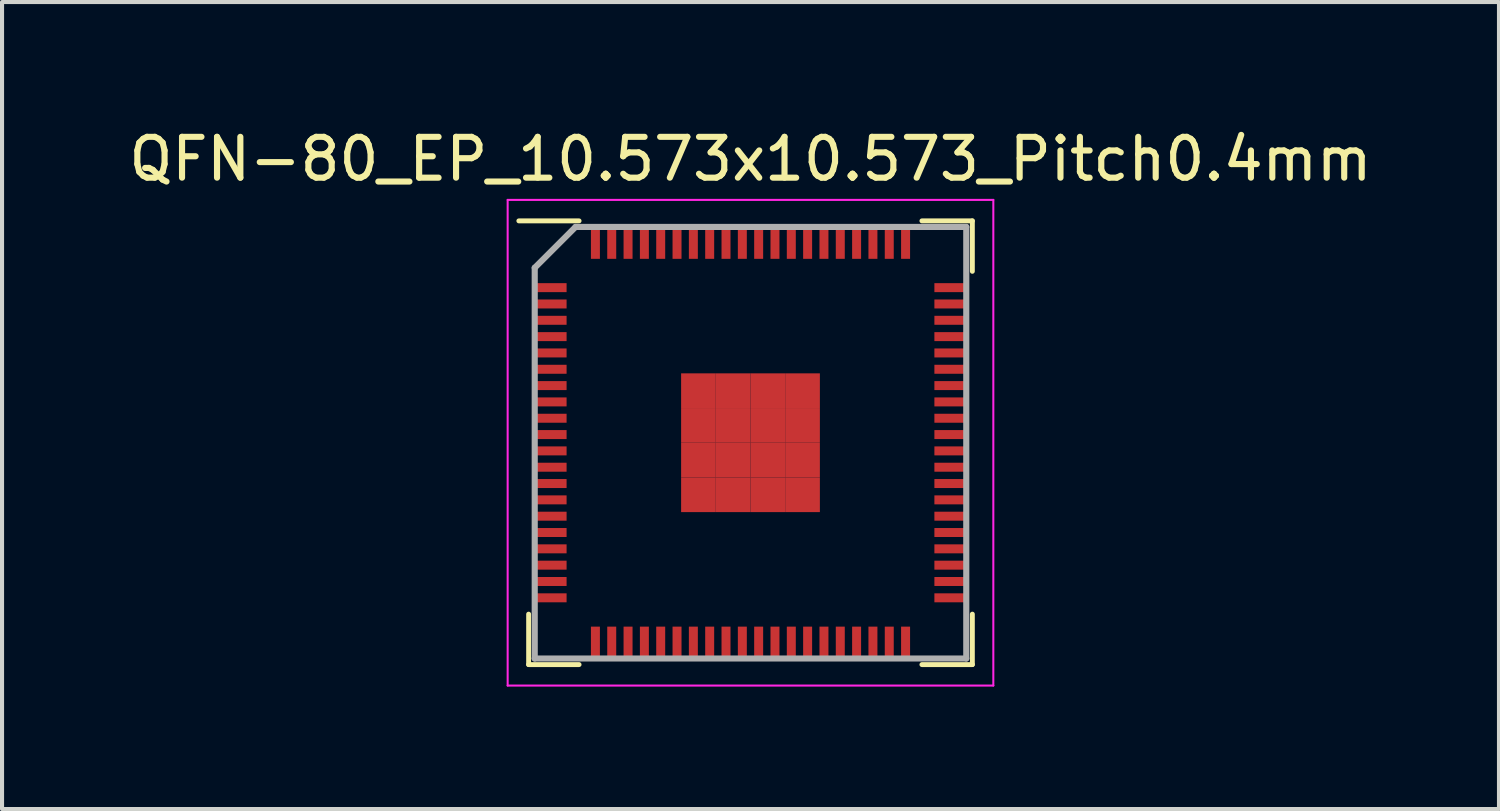
<source format=kicad_pcb>
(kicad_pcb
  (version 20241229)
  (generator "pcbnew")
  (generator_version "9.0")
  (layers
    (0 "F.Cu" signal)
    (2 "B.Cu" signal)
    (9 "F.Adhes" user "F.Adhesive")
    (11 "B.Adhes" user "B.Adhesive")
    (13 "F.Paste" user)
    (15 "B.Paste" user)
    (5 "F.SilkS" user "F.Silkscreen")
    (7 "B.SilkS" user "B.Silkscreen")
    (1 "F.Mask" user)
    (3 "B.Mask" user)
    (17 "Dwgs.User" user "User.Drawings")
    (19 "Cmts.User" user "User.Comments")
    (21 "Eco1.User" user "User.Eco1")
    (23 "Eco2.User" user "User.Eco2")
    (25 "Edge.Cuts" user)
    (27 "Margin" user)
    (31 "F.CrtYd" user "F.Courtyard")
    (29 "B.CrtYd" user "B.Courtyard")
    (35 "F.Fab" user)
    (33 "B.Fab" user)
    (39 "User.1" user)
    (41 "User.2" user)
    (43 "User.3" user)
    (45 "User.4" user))
  (footprint "QFN-80_EP_10.573x10.573_Pitch0.4mm"
    (layer "F.Cu")
    (at 15.339 7.798)
    (property "Reference" "QFN-80_EP_10.573x10.573_Pitch0.4mm" (at 0 -6.95 0) (layer "F.SilkS") (effects (font (size 1 1) (thickness 0.15))))
    (attr smd)
    (fp_line (start -5.436 5.436) (end -5.436 4.2) (stroke (width 0.12) (type default)) (layer "F.SilkS"))
    (fp_line (start -4.2 -5.436) (end -5.676 -5.436) (stroke (width 0.12) (type default)) (layer "F.SilkS"))
    (fp_line (start -4.2 5.436) (end -5.436 5.436) (stroke (width 0.12) (type default)) (layer "F.SilkS"))
    (fp_line (start 4.2 -5.436) (end 5.436 -5.436) (stroke (width 0.12) (type default)) (layer "F.SilkS"))
    (fp_line (start 4.2 5.436) (end 5.436 5.436) (stroke (width 0.12) (type default)) (layer "F.SilkS"))
    (fp_line (start 5.436 -5.436) (end 5.436 -4.2) (stroke (width 0.12) (type default)) (layer "F.SilkS"))
    (fp_line (start 5.436 5.436) (end 5.436 4.2) (stroke (width 0.12) (type default)) (layer "F.SilkS"))
    (fp_line (start -5.95 -5.95) (end 5.95 -5.95) (stroke (width 0.05) (type default)) (layer "F.CrtYd"))
    (fp_line (start -5.95 5.95) (end -5.95 -5.95) (stroke (width 0.05) (type default)) (layer "F.CrtYd"))
    (fp_line (start 5.95 -5.95) (end 5.95 5.95) (stroke (width 0.05) (type default)) (layer "F.CrtYd"))
    (fp_line (start 5.95 5.95) (end -5.95 5.95) (stroke (width 0.05) (type default)) (layer "F.CrtYd"))
    (fp_line (start -5.287 -4.287) (end -5.287 5.287) (stroke (width 0.15) (type default)) (layer "F.Fab"))
    (fp_line (start -5.287 5.287) (end 5.287 5.287) (stroke (width 0.15) (type default)) (layer "F.Fab"))
    (fp_line (start -4.287 -5.287) (end -5.287 -4.287) (stroke (width 0.15) (type default)) (layer "F.Fab"))
    (fp_line (start 5.287 -5.287) (end -4.287 -5.287) (stroke (width 0.15) (type default)) (layer "F.Fab"))
    (fp_line (start 5.287 5.287) (end 5.287 -5.287) (stroke (width 0.15) (type default)) (layer "F.Fab"))
    (pad "1" smd rect (at -4.896 -3.8 90) (size 0.22 0.78) (layers "F.Cu" "F.Mask" "F.Paste"))
    (pad "2" smd rect (at -4.896 -3.4 90) (size 0.22 0.78) (layers "F.Cu" "F.Mask" "F.Paste"))
    (pad "3" smd rect (at -4.896 -3 90) (size 0.22 0.78) (layers "F.Cu" "F.Mask" "F.Paste"))
    (pad "4" smd rect (at -4.896 -2.6 90) (size 0.22 0.78) (layers "F.Cu" "F.Mask" "F.Paste"))
    (pad "5" smd rect (at -4.896 -2.2 90) (size 0.22 0.78) (layers "F.Cu" "F.Mask" "F.Paste"))
    (pad "6" smd rect (at -4.896 -1.8 90) (size 0.22 0.78) (layers "F.Cu" "F.Mask" "F.Paste"))
    (pad "7" smd rect (at -4.896 -1.4 90) (size 0.22 0.78) (layers "F.Cu" "F.Mask" "F.Paste"))
    (pad "8" smd rect (at -4.896 -1 90) (size 0.22 0.78) (layers "F.Cu" "F.Mask" "F.Paste"))
    (pad "9" smd rect (at -4.896 -0.6 90) (size 0.22 0.78) (layers "F.Cu" "F.Mask" "F.Paste"))
    (pad "10" smd rect (at -4.896 -0.2 90) (size 0.22 0.78) (layers "F.Cu" "F.Mask" "F.Paste"))
    (pad "11" smd rect (at -4.896 0.2 90) (size 0.22 0.78) (layers "F.Cu" "F.Mask" "F.Paste"))
    (pad "12" smd rect (at -4.896 0.6 90) (size 0.22 0.78) (layers "F.Cu" "F.Mask" "F.Paste"))
    (pad "13" smd rect (at -4.896 1 90) (size 0.22 0.78) (layers "F.Cu" "F.Mask" "F.Paste"))
    (pad "14" smd rect (at -4.896 1.4 90) (size 0.22 0.78) (layers "F.Cu" "F.Mask" "F.Paste"))
    (pad "15" smd rect (at -4.896 1.8 90) (size 0.22 0.78) (layers "F.Cu" "F.Mask" "F.Paste"))
    (pad "16" smd rect (at -4.896 2.2 90) (size 0.22 0.78) (layers "F.Cu" "F.Mask" "F.Paste"))
    (pad "17" smd rect (at -4.896 2.6 90) (size 0.22 0.78) (layers "F.Cu" "F.Mask" "F.Paste"))
    (pad "18" smd rect (at -4.896 3 90) (size 0.22 0.78) (layers "F.Cu" "F.Mask" "F.Paste"))
    (pad "19" smd rect (at -4.896 3.4 90) (size 0.22 0.78) (layers "F.Cu" "F.Mask" "F.Paste"))
    (pad "20" smd rect (at -4.896 3.8 90) (size 0.22 0.78) (layers "F.Cu" "F.Mask" "F.Paste"))
    (pad "21" smd rect (at -3.8 4.896) (size 0.22 0.78) (layers "F.Cu" "F.Mask" "F.Paste"))
    (pad "22" smd rect (at -3.4 4.896) (size 0.22 0.78) (layers "F.Cu" "F.Mask" "F.Paste"))
    (pad "23" smd rect (at -3 4.896) (size 0.22 0.78) (layers "F.Cu" "F.Mask" "F.Paste"))
    (pad "24" smd rect (at -2.6 4.896) (size 0.22 0.78) (layers "F.Cu" "F.Mask" "F.Paste"))
    (pad "25" smd rect (at -2.2 4.896) (size 0.22 0.78) (layers "F.Cu" "F.Mask" "F.Paste"))
    (pad "26" smd rect (at -1.8 4.896) (size 0.22 0.78) (layers "F.Cu" "F.Mask" "F.Paste"))
    (pad "27" smd rect (at -1.4 4.896) (size 0.22 0.78) (layers "F.Cu" "F.Mask" "F.Paste"))
    (pad "28" smd rect (at -1 4.896) (size 0.22 0.78) (layers "F.Cu" "F.Mask" "F.Paste"))
    (pad "29" smd rect (at -0.6 4.896) (size 0.22 0.78) (layers "F.Cu" "F.Mask" "F.Paste"))
    (pad "30" smd rect (at -0.2 4.896) (size 0.22 0.78) (layers "F.Cu" "F.Mask" "F.Paste"))
    (pad "31" smd rect (at 0.2 4.896) (size 0.22 0.78) (layers "F.Cu" "F.Mask" "F.Paste"))
    (pad "32" smd rect (at 0.6 4.896) (size 0.22 0.78) (layers "F.Cu" "F.Mask" "F.Paste"))
    (pad "33" smd rect (at 1 4.896) (size 0.22 0.78) (layers "F.Cu" "F.Mask" "F.Paste"))
    (pad "34" smd rect (at 1.4 4.896) (size 0.22 0.78) (layers "F.Cu" "F.Mask" "F.Paste"))
    (pad "35" smd rect (at 1.8 4.896) (size 0.22 0.78) (layers "F.Cu" "F.Mask" "F.Paste"))
    (pad "36" smd rect (at 2.2 4.896) (size 0.22 0.78) (layers "F.Cu" "F.Mask" "F.Paste"))
    (pad "37" smd rect (at 2.6 4.896) (size 0.22 0.78) (layers "F.Cu" "F.Mask" "F.Paste"))
    (pad "38" smd rect (at 3 4.896) (size 0.22 0.78) (layers "F.Cu" "F.Mask" "F.Paste"))
    (pad "39" smd rect (at 3.4 4.896) (size 0.22 0.78) (layers "F.Cu" "F.Mask" "F.Paste"))
    (pad "40" smd rect (at 3.8 4.896) (size 0.22 0.78) (layers "F.Cu" "F.Mask" "F.Paste"))
    (pad "41" smd rect (at 4.896 3.8 90) (size 0.22 0.78) (layers "F.Cu" "F.Mask" "F.Paste"))
    (pad "42" smd rect (at 4.896 3.4 90) (size 0.22 0.78) (layers "F.Cu" "F.Mask" "F.Paste"))
    (pad "43" smd rect (at 4.896 3 90) (size 0.22 0.78) (layers "F.Cu" "F.Mask" "F.Paste"))
    (pad "44" smd rect (at 4.896 2.6 90) (size 0.22 0.78) (layers "F.Cu" "F.Mask" "F.Paste"))
    (pad "45" smd rect (at 4.896 2.2 90) (size 0.22 0.78) (layers "F.Cu" "F.Mask" "F.Paste"))
    (pad "46" smd rect (at 4.896 1.8 90) (size 0.22 0.78) (layers "F.Cu" "F.Mask" "F.Paste"))
    (pad "47" smd rect (at 4.896 1.4 90) (size 0.22 0.78) (layers "F.Cu" "F.Mask" "F.Paste"))
    (pad "48" smd rect (at 4.896 1 90) (size 0.22 0.78) (layers "F.Cu" "F.Mask" "F.Paste"))
    (pad "49" smd rect (at 4.896 0.6 90) (size 0.22 0.78) (layers "F.Cu" "F.Mask" "F.Paste"))
    (pad "50" smd rect (at 4.896 0.2 90) (size 0.22 0.78) (layers "F.Cu" "F.Mask" "F.Paste"))
    (pad "51" smd rect (at 4.896 -0.2 90) (size 0.22 0.78) (layers "F.Cu" "F.Mask" "F.Paste"))
    (pad "52" smd rect (at 4.896 -0.6 90) (size 0.22 0.78) (layers "F.Cu" "F.Mask" "F.Paste"))
    (pad "53" smd rect (at 4.896 -1 90) (size 0.22 0.78) (layers "F.Cu" "F.Mask" "F.Paste"))
    (pad "54" smd rect (at 4.896 -1.4 90) (size 0.22 0.78) (layers "F.Cu" "F.Mask" "F.Paste"))
    (pad "55" smd rect (at 4.896 -1.8 90) (size 0.22 0.78) (layers "F.Cu" "F.Mask" "F.Paste"))
    (pad "56" smd rect (at 4.896 -2.2 90) (size 0.22 0.78) (layers "F.Cu" "F.Mask" "F.Paste"))
    (pad "57" smd rect (at 4.896 -2.6 90) (size 0.22 0.78) (layers "F.Cu" "F.Mask" "F.Paste"))
    (pad "58" smd rect (at 4.896 -3 90) (size 0.22 0.78) (layers "F.Cu" "F.Mask" "F.Paste"))
    (pad "59" smd rect (at 4.896 -3.4 90) (size 0.22 0.78) (layers "F.Cu" "F.Mask" "F.Paste"))
    (pad "60" smd rect (at 4.896 -3.8 90) (size 0.22 0.78) (layers "F.Cu" "F.Mask" "F.Paste"))
    (pad "61" smd rect (at 3.8 -4.896) (size 0.22 0.78) (layers "F.Cu" "F.Mask" "F.Paste"))
    (pad "62" smd rect (at 3.4 -4.896) (size 0.22 0.78) (layers "F.Cu" "F.Mask" "F.Paste"))
    (pad "63" smd rect (at 3 -4.896) (size 0.22 0.78) (layers "F.Cu" "F.Mask" "F.Paste"))
    (pad "64" smd rect (at 2.6 -4.896) (size 0.22 0.78) (layers "F.Cu" "F.Mask" "F.Paste"))
    (pad "65" smd rect (at 2.2 -4.896) (size 0.22 0.78) (layers "F.Cu" "F.Mask" "F.Paste"))
    (pad "66" smd rect (at 1.8 -4.896) (size 0.22 0.78) (layers "F.Cu" "F.Mask" "F.Paste"))
    (pad "67" smd rect (at 1.4 -4.896) (size 0.22 0.78) (layers "F.Cu" "F.Mask" "F.Paste"))
    (pad "68" smd rect (at 1 -4.896) (size 0.22 0.78) (layers "F.Cu" "F.Mask" "F.Paste"))
    (pad "69" smd rect (at 0.6 -4.896) (size 0.22 0.78) (layers "F.Cu" "F.Mask" "F.Paste"))
    (pad "70" smd rect (at 0.2 -4.896) (size 0.22 0.78) (layers "F.Cu" "F.Mask" "F.Paste"))
    (pad "71" smd rect (at -0.2 -4.896) (size 0.22 0.78) (layers "F.Cu" "F.Mask" "F.Paste"))
    (pad "72" smd rect (at -0.6 -4.896) (size 0.22 0.78) (layers "F.Cu" "F.Mask" "F.Paste"))
    (pad "73" smd rect (at -1 -4.896) (size 0.22 0.78) (layers "F.Cu" "F.Mask" "F.Paste"))
    (pad "74" smd rect (at -1.4 -4.896) (size 0.22 0.78) (layers "F.Cu" "F.Mask" "F.Paste"))
    (pad "75" smd rect (at -1.8 -4.896) (size 0.22 0.78) (layers "F.Cu" "F.Mask" "F.Paste"))
    (pad "76" smd rect (at -2.2 -4.896) (size 0.22 0.78) (layers "F.Cu" "F.Mask" "F.Paste"))
    (pad "77" smd rect (at -2.6 -4.896) (size 0.22 0.78) (layers "F.Cu" "F.Mask" "F.Paste"))
    (pad "78" smd rect (at -3 -4.896) (size 0.22 0.78) (layers "F.Cu" "F.Mask" "F.Paste"))
    (pad "79" smd rect (at -3.4 -4.896) (size 0.22 0.78) (layers "F.Cu" "F.Mask" "F.Paste"))
    (pad "80" smd rect (at -3.8 -4.896) (size 0.22 0.78) (layers "F.Cu" "F.Mask" "F.Paste"))
    (pad "81" smd rect (at -1.275 -1.275) (size 0.85 0.85) (layers "F.Cu" "F.Mask" "F.Paste"))
    (pad "81" smd rect (at -1.275 -0.425) (size 0.85 0.85) (layers "F.Cu" "F.Mask" "F.Paste"))
    (pad "81" smd rect (at -1.275 0.425) (size 0.85 0.85) (layers "F.Cu" "F.Mask" "F.Paste"))
    (pad "81" smd rect (at -1.275 1.275) (size 0.85 0.85) (layers "F.Cu" "F.Mask" "F.Paste"))
    (pad "81" smd rect (at -0.425 -1.275) (size 0.85 0.85) (layers "F.Cu" "F.Mask" "F.Paste"))
    (pad "81" smd rect (at -0.425 -0.425) (size 0.85 0.85) (layers "F.Cu" "F.Mask" "F.Paste"))
    (pad "81" smd rect (at -0.425 0.425) (size 0.85 0.85) (layers "F.Cu" "F.Mask" "F.Paste"))
    (pad "81" smd rect (at -0.425 1.275) (size 0.85 0.85) (layers "F.Cu" "F.Mask" "F.Paste"))
    (pad "81" smd rect (at 0.425 -1.275) (size 0.85 0.85) (layers "F.Cu" "F.Mask" "F.Paste"))
    (pad "81" smd rect (at 0.425 -0.425) (size 0.85 0.85) (layers "F.Cu" "F.Mask" "F.Paste"))
    (pad "81" smd rect (at 0.425 0.425) (size 0.85 0.85) (layers "F.Cu" "F.Mask" "F.Paste"))
    (pad "81" smd rect (at 0.425 1.275) (size 0.85 0.85) (layers "F.Cu" "F.Mask" "F.Paste"))
    (pad "81" smd rect (at 1.275 -1.275) (size 0.85 0.85) (layers "F.Cu" "F.Mask" "F.Paste"))
    (pad "81" smd rect (at 1.275 -0.425) (size 0.85 0.85) (layers "F.Cu" "F.Mask" "F.Paste"))
    (pad "81" smd rect (at 1.275 0.425) (size 0.85 0.85) (layers "F.Cu" "F.Mask" "F.Paste"))
    (pad "81" smd rect (at 1.275 1.275) (size 0.85 0.85) (layers "F.Cu" "F.Mask" "F.Paste")))
  (gr_rect
    (start -3 -3)
    (end 33.679 16.773)
    (stroke (width 0.1) (type default))
    (fill no)
    (layer "Edge.Cuts")))
</source>
